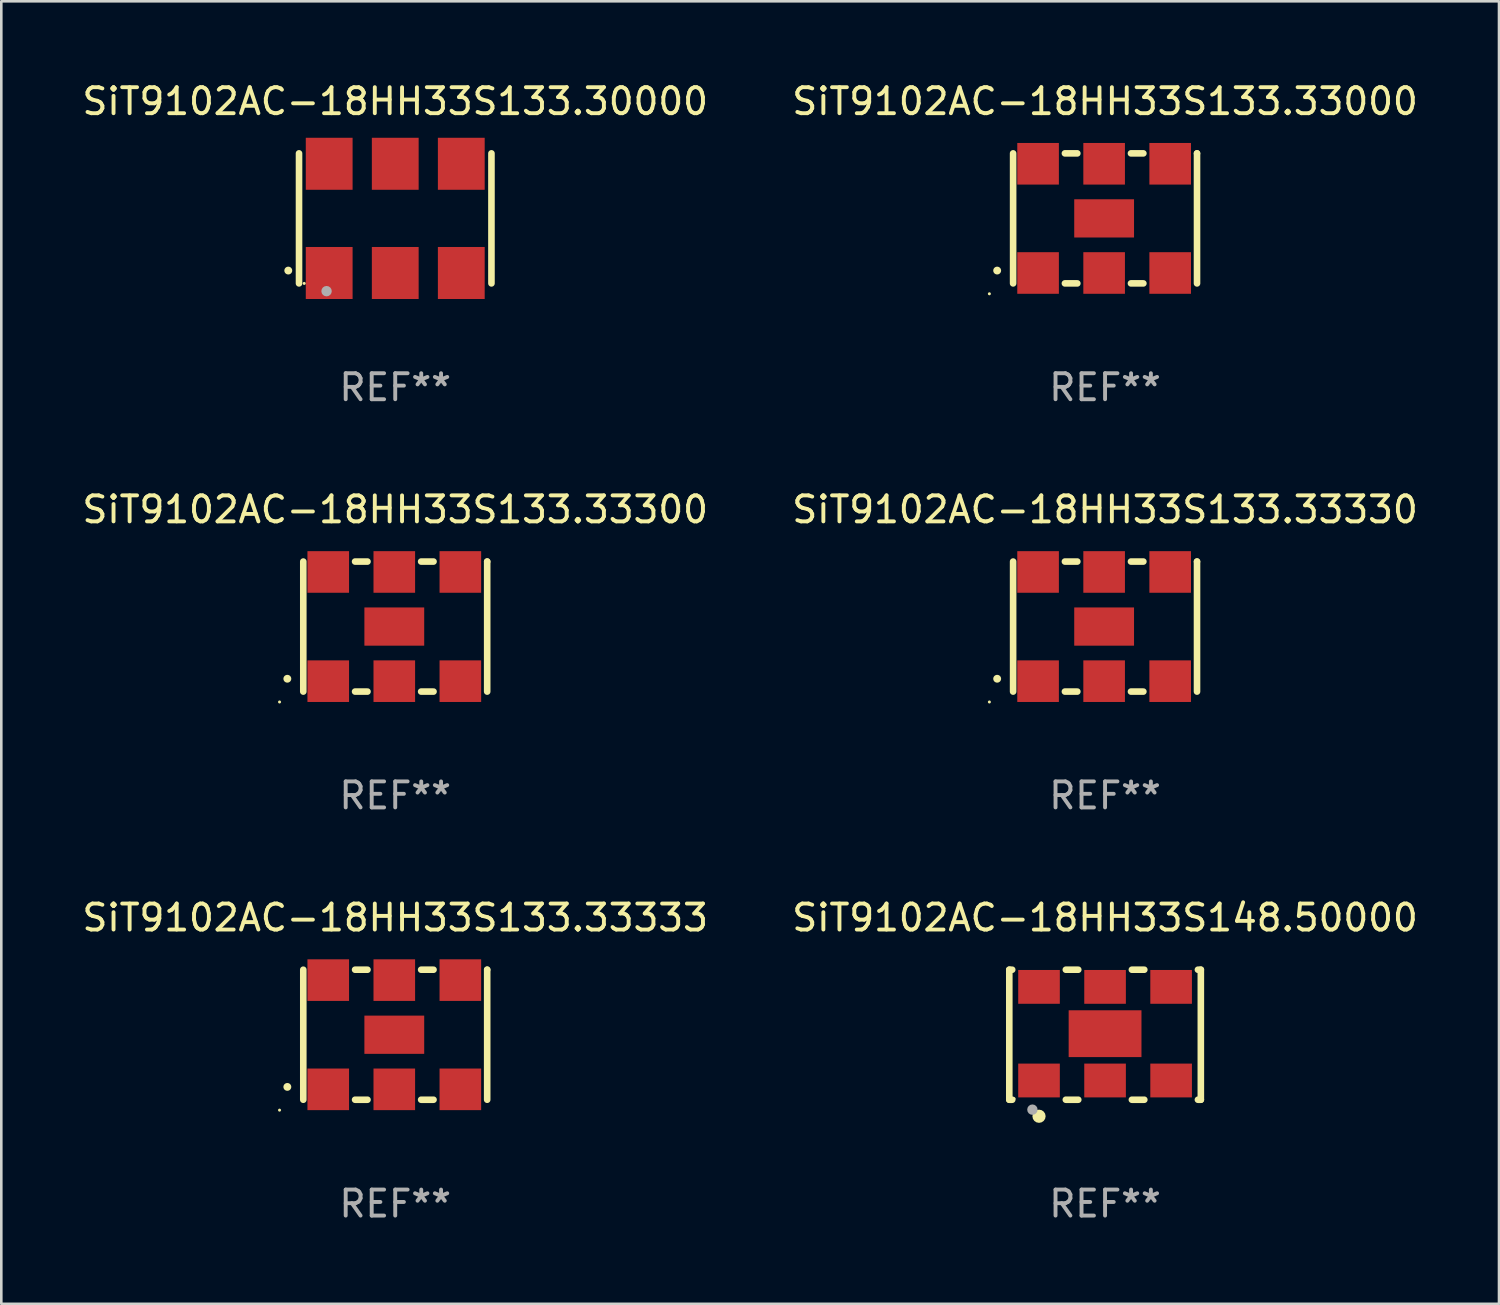
<source format=kicad_pcb>
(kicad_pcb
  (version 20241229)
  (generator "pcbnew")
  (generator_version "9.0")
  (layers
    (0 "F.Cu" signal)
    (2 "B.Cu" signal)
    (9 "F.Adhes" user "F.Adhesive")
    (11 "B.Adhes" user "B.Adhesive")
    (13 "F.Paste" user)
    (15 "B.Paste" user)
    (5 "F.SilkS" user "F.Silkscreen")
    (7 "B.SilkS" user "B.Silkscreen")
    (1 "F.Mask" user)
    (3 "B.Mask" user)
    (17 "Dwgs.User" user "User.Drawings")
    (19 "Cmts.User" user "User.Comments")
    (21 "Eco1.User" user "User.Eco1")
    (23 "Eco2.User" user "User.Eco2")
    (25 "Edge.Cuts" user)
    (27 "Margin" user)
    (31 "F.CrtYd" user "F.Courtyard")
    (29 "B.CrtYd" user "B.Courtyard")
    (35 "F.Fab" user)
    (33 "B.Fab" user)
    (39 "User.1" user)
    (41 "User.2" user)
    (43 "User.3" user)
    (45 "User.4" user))
  (footprint "SiT9102AC-18HH33S133.33333"
    (layer "F.Cu")
    (at 12.149 36.741)
    (property "Reference" "SiT9102AC-18HH33S133.33333" (at 0 -4.5 0) (layer "F.SilkS") (effects (font (size 1 1) (thickness 0.15))))
    (attr through_hole)
    (fp_line (start -3.536 -2.5) (end -3.536 2.5) (stroke (width 0.254) (type solid)) (layer "F.SilkS"))
    (fp_line (start -1.544 2.5) (end -1.067 2.5) (stroke (width 0.254) (type solid)) (layer "F.SilkS"))
    (fp_line (start -1.067 -2.5) (end -1.544 -2.5) (stroke (width 0.254) (type solid)) (layer "F.SilkS"))
    (fp_line (start 0.996 2.5) (end 1.473 2.5) (stroke (width 0.254) (type solid)) (layer "F.SilkS"))
    (fp_line (start 1.473 -2.5) (end 0.996 -2.5) (stroke (width 0.254) (type solid)) (layer "F.SilkS"))
    (fp_line (start 3.536 -2.5) (end 3.536 -2.5) (stroke (width 0.254) (type solid)) (layer "F.SilkS"))
    (fp_line (start 3.536 2.5) (end 3.536 -2.5) (stroke (width 0.254) (type solid)) (layer "F.SilkS"))
    (fp_arc (start -4.150432 2.006604) (mid -4.149162 2.006599) (end -4.147892 2.006604) (stroke (width 0.3) (type solid)) (layer "F.SilkS"))
    (fp_circle (center -4.449 2.9) (end -4.419 2.9) (stroke (width 0.06) (type solid)) (fill no) (layer "F.SilkS"))
    (fp_text user "REF**" (at 0 6.5 0) (layer "F.Fab") (effects (font (size 1 1) (thickness 0.15))))
    (pad "1" smd rect (at -2.576 2.1) (size 1.6 1.6) (layers "F.Cu" "F.Mask" "F.Paste"))
    (pad "2" smd rect (at -0.036 2.1) (size 1.6 1.6) (layers "F.Cu" "F.Mask" "F.Paste"))
    (pad "3" smd rect (at 2.504 2.1) (size 1.6 1.6) (layers "F.Cu" "F.Mask" "F.Paste"))
    (pad "4" smd rect (at 2.504 -2.1) (size 1.6 1.6) (layers "F.Cu" "F.Mask" "F.Paste"))
    (pad "5" smd rect (at -0.036 -2.1) (size 1.6 1.6) (layers "F.Cu" "F.Mask" "F.Paste"))
    (pad "6" smd rect (at -2.576 -2.1) (size 1.6 1.6) (layers "F.Cu" "F.Mask" "F.Paste"))
    (pad "7" smd rect (at -0.036 0) (size 2.3 1.47) (layers "F.Cu" "F.Mask" "F.Paste")))
  (footprint "SiT9102AC-18HH33S133.30000"
    (layer "F.Cu")
    (at 12.149 5.348)
    (property "Reference" "SiT9102AC-18HH33S133.30000" (at 0 -4.5 0) (layer "F.SilkS") (effects (font (size 1 1) (thickness 0.15))))
    (attr through_hole)
    (fp_line (start -3.7 -2.5) (end -3.7 2.5) (stroke (width 0.254) (type solid)) (layer "F.SilkS"))
    (fp_line (start 3.7 -2.5) (end 3.7 2.5) (stroke (width 0.254) (type solid)) (layer "F.SilkS"))
    (fp_arc (start -4.114415 2.006604) (mid -4.113145 2.006599) (end -4.111875 2.006604) (stroke (width 0.3) (type solid)) (layer "F.SilkS"))
    (fp_circle (center -3.5 2.501) (end -3.47 2.501) (stroke (width 0.06) (type solid)) (fill no) (layer "F.SilkS"))
    (fp_circle (center -2.641 2.799) (end -2.541 2.799) (stroke (width 0.2) (type solid)) (fill no) (layer "F.Fab"))
    (fp_text user "REF**" (at 0 6.5 0) (layer "F.Fab") (effects (font (size 1 1) (thickness 0.15))))
    (pad "1" smd rect (at -2.54 2.1) (size 1.8 2) (layers "F.Cu" "F.Mask" "F.Paste"))
    (pad "2" smd rect (at 0.000394 2.1) (size 1.8 2) (layers "F.Cu" "F.Mask" "F.Paste"))
    (pad "3" smd rect (at 2.54 2.1) (size 1.8 2) (layers "F.Cu" "F.Mask" "F.Paste"))
    (pad "4" smd rect (at 2.54 -2.1) (size 1.8 2) (layers "F.Cu" "F.Mask" "F.Paste"))
    (pad "5" smd rect (at 0.000394 -2.1) (size 1.8 2) (layers "F.Cu" "F.Mask" "F.Paste"))
    (pad "6" smd rect (at -2.54 -2.1) (size 1.8 2) (layers "F.Cu" "F.Mask" "F.Paste")))
  (footprint "SiT9102AC-18HH33S133.33300"
    (layer "F.Cu")
    (at 12.149 21.045)
    (property "Reference" "SiT9102AC-18HH33S133.33300" (at 0 -4.5 0) (layer "F.SilkS") (effects (font (size 1 1) (thickness 0.15))))
    (attr through_hole)
    (fp_line (start -3.536 -2.5) (end -3.536 2.5) (stroke (width 0.254) (type solid)) (layer "F.SilkS"))
    (fp_line (start -1.544 2.5) (end -1.067 2.5) (stroke (width 0.254) (type solid)) (layer "F.SilkS"))
    (fp_line (start -1.067 -2.5) (end -1.544 -2.5) (stroke (width 0.254) (type solid)) (layer "F.SilkS"))
    (fp_line (start 0.996 2.5) (end 1.473 2.5) (stroke (width 0.254) (type solid)) (layer "F.SilkS"))
    (fp_line (start 1.473 -2.5) (end 0.996 -2.5) (stroke (width 0.254) (type solid)) (layer "F.SilkS"))
    (fp_line (start 3.536 -2.5) (end 3.536 -2.5) (stroke (width 0.254) (type solid)) (layer "F.SilkS"))
    (fp_line (start 3.536 2.5) (end 3.536 -2.5) (stroke (width 0.254) (type solid)) (layer "F.SilkS"))
    (fp_arc (start -4.150432 2.006604) (mid -4.149162 2.006599) (end -4.147892 2.006604) (stroke (width 0.3) (type solid)) (layer "F.SilkS"))
    (fp_circle (center -4.449 2.9) (end -4.419 2.9) (stroke (width 0.06) (type solid)) (fill no) (layer "F.SilkS"))
    (fp_text user "REF**" (at 0 6.5 0) (layer "F.Fab") (effects (font (size 1 1) (thickness 0.15))))
    (pad "1" smd rect (at -2.576 2.1) (size 1.6 1.6) (layers "F.Cu" "F.Mask" "F.Paste"))
    (pad "2" smd rect (at -0.036 2.1) (size 1.6 1.6) (layers "F.Cu" "F.Mask" "F.Paste"))
    (pad "3" smd rect (at 2.504 2.1) (size 1.6 1.6) (layers "F.Cu" "F.Mask" "F.Paste"))
    (pad "4" smd rect (at 2.504 -2.1) (size 1.6 1.6) (layers "F.Cu" "F.Mask" "F.Paste"))
    (pad "5" smd rect (at -0.036 -2.1) (size 1.6 1.6) (layers "F.Cu" "F.Mask" "F.Paste"))
    (pad "6" smd rect (at -2.576 -2.1) (size 1.6 1.6) (layers "F.Cu" "F.Mask" "F.Paste"))
    (pad "7" smd rect (at -0.036 0) (size 2.3 1.47) (layers "F.Cu" "F.Mask" "F.Paste")))
  (footprint "SiT9102AC-18HH33S148.50000"
    (layer "F.Cu")
    (at 39.446 36.741)
    (property "Reference" "SiT9102AC-18HH33S148.50000" (at 0 -4.5 0) (layer "F.SilkS") (effects (font (size 1 1) (thickness 0.15))))
    (attr through_hole)
    (fp_line (start -3.683 -2.5) (end -3.571 -2.5) (stroke (width 0.254) (type solid)) (layer "F.SilkS"))
    (fp_line (start -3.683 2.5) (end -3.683 -2.5) (stroke (width 0.254) (type solid)) (layer "F.SilkS"))
    (fp_line (start -3.683 2.5) (end -3.571 2.5) (stroke (width 0.254) (type solid)) (layer "F.SilkS"))
    (fp_line (start -1.509 -2.5) (end -1.031 -2.5) (stroke (width 0.254) (type solid)) (layer "F.SilkS"))
    (fp_line (start -1.509 2.5) (end -1.031 2.5) (stroke (width 0.254) (type solid)) (layer "F.SilkS"))
    (fp_line (start 1.031 -2.5) (end 1.509 -2.5) (stroke (width 0.254) (type solid)) (layer "F.SilkS"))
    (fp_line (start 1.031 2.5) (end 1.509 2.5) (stroke (width 0.254) (type solid)) (layer "F.SilkS"))
    (fp_line (start 3.571 -2.5) (end 3.683 -2.5) (stroke (width 0.254) (type solid)) (layer "F.SilkS"))
    (fp_line (start 3.571 2.5) (end 3.683 2.5) (stroke (width 0.254) (type solid)) (layer "F.SilkS"))
    (fp_line (start 3.683 2.5) (end 3.683 -2.5) (stroke (width 0.254) (type solid)) (layer "F.SilkS"))
    (fp_circle (center -3.5 2.46) (end -3.47 2.46) (stroke (width 0.06) (type solid)) (fill no) (layer "F.SilkS"))
    (fp_circle (center -2.54 3.135) (end -2.413 3.135) (stroke (width 0.254) (type solid)) (fill no) (layer "F.SilkS"))
    (fp_circle (center -2.794 2.881) (end -2.694 2.881) (stroke (width 0.2) (type solid)) (fill no) (layer "F.Fab"))
    (fp_text user "REF**" (at 0 6.5 0) (layer "F.Fab") (effects (font (size 1 1) (thickness 0.15))))
    (pad "1" smd rect (at -2.54 1.76) (size 1.6 1.3) (layers "F.Cu" "F.Mask" "F.Paste"))
    (pad "2" smd rect (at 0 1.76) (size 1.6 1.3) (layers "F.Cu" "F.Mask" "F.Paste"))
    (pad "3" smd rect (at 2.54 1.76) (size 1.6 1.3) (layers "F.Cu" "F.Mask" "F.Paste"))
    (pad "4" smd rect (at 2.54 -1.84) (size 1.6 1.3) (layers "F.Cu" "F.Mask" "F.Paste"))
    (pad "5" smd rect (at 0 -1.84) (size 1.6 1.3) (layers "F.Cu" "F.Mask" "F.Paste"))
    (pad "6" smd rect (at -2.54 -1.84) (size 1.6 1.3) (layers "F.Cu" "F.Mask" "F.Paste"))
    (pad "7" smd rect (at 0 -0.04) (size 2.8 1.8) (layers "F.Cu" "F.Mask" "F.Paste")))
  (footprint "SiT9102AC-18HH33S133.33000"
    (layer "F.Cu")
    (at 39.446 5.348)
    (property "Reference" "SiT9102AC-18HH33S133.33000" (at 0 -4.5 0) (layer "F.SilkS") (effects (font (size 1 1) (thickness 0.15))))
    (attr through_hole)
    (fp_line (start -3.536 -2.5) (end -3.536 2.5) (stroke (width 0.254) (type solid)) (layer "F.SilkS"))
    (fp_line (start -1.544 2.5) (end -1.067 2.5) (stroke (width 0.254) (type solid)) (layer "F.SilkS"))
    (fp_line (start -1.067 -2.5) (end -1.544 -2.5) (stroke (width 0.254) (type solid)) (layer "F.SilkS"))
    (fp_line (start 0.996 2.5) (end 1.473 2.5) (stroke (width 0.254) (type solid)) (layer "F.SilkS"))
    (fp_line (start 1.473 -2.5) (end 0.996 -2.5) (stroke (width 0.254) (type solid)) (layer "F.SilkS"))
    (fp_line (start 3.536 -2.5) (end 3.536 -2.5) (stroke (width 0.254) (type solid)) (layer "F.SilkS"))
    (fp_line (start 3.536 2.5) (end 3.536 -2.5) (stroke (width 0.254) (type solid)) (layer "F.SilkS"))
    (fp_arc (start -4.150432 2.006604) (mid -4.149162 2.006599) (end -4.147892 2.006604) (stroke (width 0.3) (type solid)) (layer "F.SilkS"))
    (fp_circle (center -4.449 2.9) (end -4.419 2.9) (stroke (width 0.06) (type solid)) (fill no) (layer "F.SilkS"))
    (fp_text user "REF**" (at 0 6.5 0) (layer "F.Fab") (effects (font (size 1 1) (thickness 0.15))))
    (pad "1" smd rect (at -2.576 2.1) (size 1.6 1.6) (layers "F.Cu" "F.Mask" "F.Paste"))
    (pad "2" smd rect (at -0.036 2.1) (size 1.6 1.6) (layers "F.Cu" "F.Mask" "F.Paste"))
    (pad "3" smd rect (at 2.504 2.1) (size 1.6 1.6) (layers "F.Cu" "F.Mask" "F.Paste"))
    (pad "4" smd rect (at 2.504 -2.1) (size 1.6 1.6) (layers "F.Cu" "F.Mask" "F.Paste"))
    (pad "5" smd rect (at -0.036 -2.1) (size 1.6 1.6) (layers "F.Cu" "F.Mask" "F.Paste"))
    (pad "6" smd rect (at -2.576 -2.1) (size 1.6 1.6) (layers "F.Cu" "F.Mask" "F.Paste"))
    (pad "7" smd rect (at -0.036 0) (size 2.3 1.47) (layers "F.Cu" "F.Mask" "F.Paste")))
  (footprint "SiT9102AC-18HH33S133.33330"
    (layer "F.Cu")
    (at 39.446 21.045)
    (property "Reference" "SiT9102AC-18HH33S133.33330" (at 0 -4.5 0) (layer "F.SilkS") (effects (font (size 1 1) (thickness 0.15))))
    (attr through_hole)
    (fp_line (start -3.536 -2.5) (end -3.536 2.5) (stroke (width 0.254) (type solid)) (layer "F.SilkS"))
    (fp_line (start -1.544 2.5) (end -1.067 2.5) (stroke (width 0.254) (type solid)) (layer "F.SilkS"))
    (fp_line (start -1.067 -2.5) (end -1.544 -2.5) (stroke (width 0.254) (type solid)) (layer "F.SilkS"))
    (fp_line (start 0.996 2.5) (end 1.473 2.5) (stroke (width 0.254) (type solid)) (layer "F.SilkS"))
    (fp_line (start 1.473 -2.5) (end 0.996 -2.5) (stroke (width 0.254) (type solid)) (layer "F.SilkS"))
    (fp_line (start 3.536 -2.5) (end 3.536 -2.5) (stroke (width 0.254) (type solid)) (layer "F.SilkS"))
    (fp_line (start 3.536 2.5) (end 3.536 -2.5) (stroke (width 0.254) (type solid)) (layer "F.SilkS"))
    (fp_arc (start -4.150432 2.006604) (mid -4.149162 2.006599) (end -4.147892 2.006604) (stroke (width 0.3) (type solid)) (layer "F.SilkS"))
    (fp_circle (center -4.449 2.9) (end -4.419 2.9) (stroke (width 0.06) (type solid)) (fill no) (layer "F.SilkS"))
    (fp_text user "REF**" (at 0 6.5 0) (layer "F.Fab") (effects (font (size 1 1) (thickness 0.15))))
    (pad "1" smd rect (at -2.576 2.1) (size 1.6 1.6) (layers "F.Cu" "F.Mask" "F.Paste"))
    (pad "2" smd rect (at -0.036 2.1) (size 1.6 1.6) (layers "F.Cu" "F.Mask" "F.Paste"))
    (pad "3" smd rect (at 2.504 2.1) (size 1.6 1.6) (layers "F.Cu" "F.Mask" "F.Paste"))
    (pad "4" smd rect (at 2.504 -2.1) (size 1.6 1.6) (layers "F.Cu" "F.Mask" "F.Paste"))
    (pad "5" smd rect (at -0.036 -2.1) (size 1.6 1.6) (layers "F.Cu" "F.Mask" "F.Paste"))
    (pad "6" smd rect (at -2.576 -2.1) (size 1.6 1.6) (layers "F.Cu" "F.Mask" "F.Paste"))
    (pad "7" smd rect (at -0.036 0) (size 2.3 1.47) (layers "F.Cu" "F.Mask" "F.Paste")))
  (gr_rect
    (start -3 -3)
    (end 54.595 47.09)
    (stroke (width 0.1) (type default))
    (fill no)
    (layer "Edge.Cuts")))
</source>
